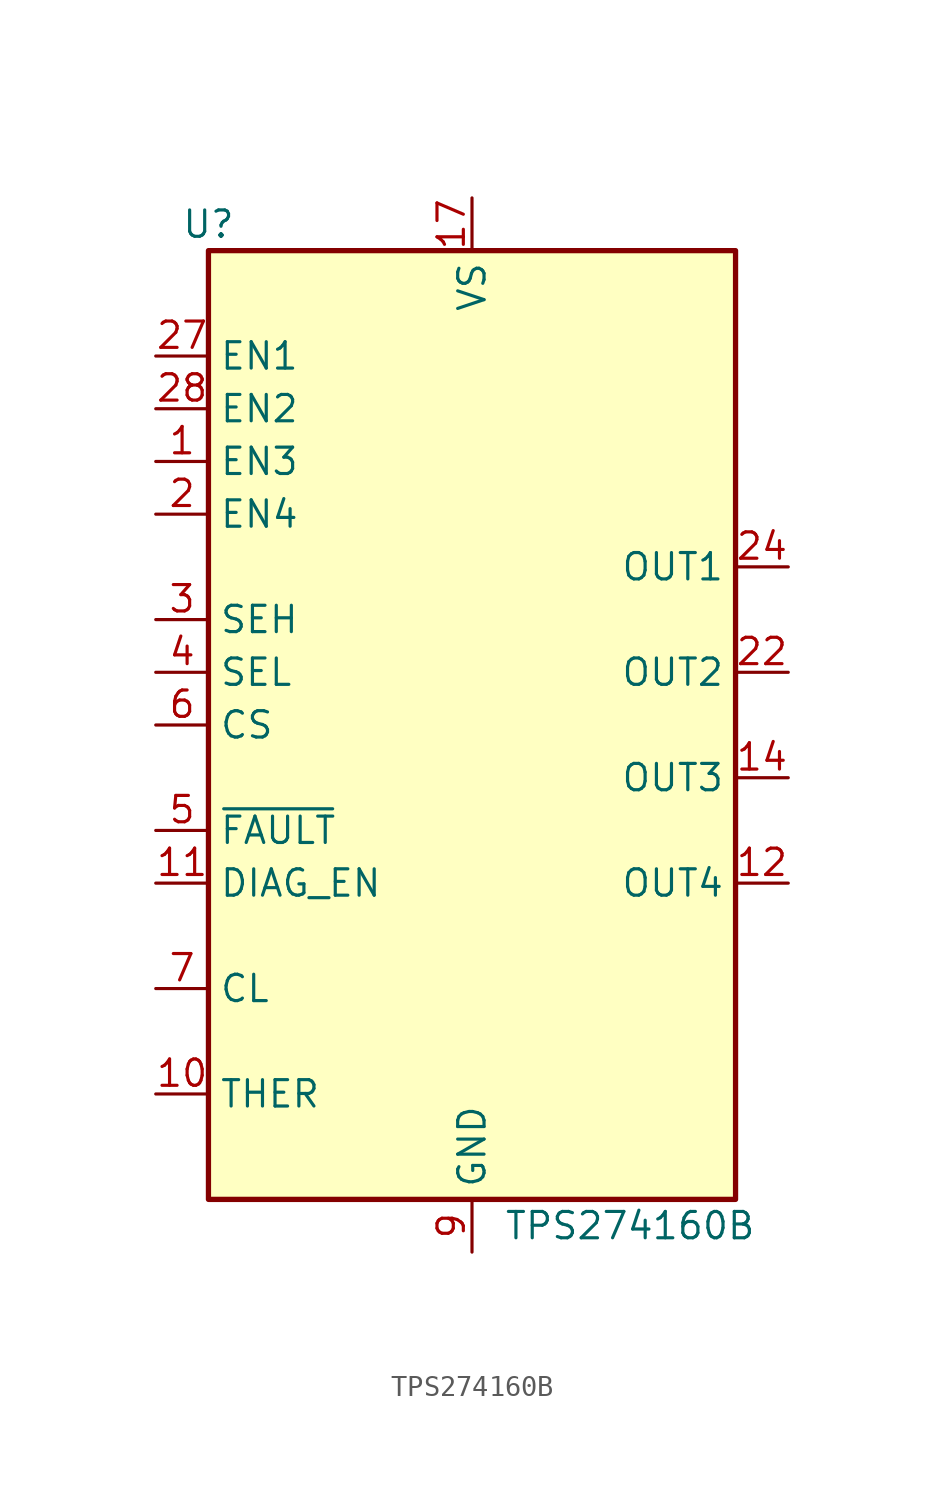
<source format=kicad_sym>
(kicad_symbol_lib
  (version 20231120)
  (generator "kicad_symbol_editor")
  (generator_version "8.0")
  (symbol "TPS274160B"
    (property "Reference" "U"
      (at -12.7 24.13 0)
      (effects (font (size 1.27 1.27))))
    (property "Value" "TPS274160B"
      (at 7.62 -24.13 0)
      (effects (font (size 1.27 1.27))))
    (symbol "TPS274160B_1_1"
      (rectangle (start -12.7 22.86) (end 12.7 -22.86) (stroke (width 0.254) (type default)) (fill (type background)))
      (pin input line (at -15.24 12.7 0) (length 2.54) (name "EN3" (effects (font (size 1.27 1.27)))) (number "1" (effects (font (size 1.27 1.27)))))
      (pin input line (at -15.24 -17.78 0) (length 2.54) (name "THER" (effects (font (size 1.27 1.27)))) (number "10" (effects (font (size 1.27 1.27)))))
      (pin input line (at -15.24 -7.62 0) (length 2.54) (name "DIAG_EN" (effects (font (size 1.27 1.27)))) (number "11" (effects (font (size 1.27 1.27)))))
      (pin output line (at 15.24 -7.62 180) (length 2.54) (name "OUT4" (effects (font (size 1.27 1.27)))) (number "12" (effects (font (size 1.27 1.27)))))
      (pin passive line (at 15.24 -7.62 180) (length 2.54) hide (name "OUT4" (effects (font (size 1.27 1.27)))) (number "13" (effects (font (size 1.27 1.27)))))
      (pin output line (at 15.24 -2.54 180) (length 2.54) (name "OUT3" (effects (font (size 1.27 1.27)))) (number "14" (effects (font (size 1.27 1.27)))))
      (pin passive line (at 15.24 -2.54 180) (length 2.54) hide (name "OUT3" (effects (font (size 1.27 1.27)))) (number "15" (effects (font (size 1.27 1.27)))))
      (pin no_connect line (at 15.24 -15.24 180) (length 2.54) hide (name "NC" (effects (font (size 1.27 1.27)))) (number "16" (effects (font (size 1.27 1.27)))))
      (pin power_in line (at 0 25.4 270) (length 2.54) (name "VS" (effects (font (size 1.27 1.27)))) (number "17" (effects (font (size 1.27 1.27)))))
      (pin passive line (at 0 25.4 270) (length 2.54) hide (name "VS" (effects (font (size 1.27 1.27)))) (number "18" (effects (font (size 1.27 1.27)))))
      (pin passive line (at 0 25.4 270) (length 2.54) hide (name "VS" (effects (font (size 1.27 1.27)))) (number "19" (effects (font (size 1.27 1.27)))))
      (pin input line (at -15.24 10.16 0) (length 2.54) (name "EN4" (effects (font (size 1.27 1.27)))) (number "2" (effects (font (size 1.27 1.27)))))
      (pin passive line (at 0 25.4 270) (length 2.54) hide (name "VS" (effects (font (size 1.27 1.27)))) (number "20" (effects (font (size 1.27 1.27)))))
      (pin no_connect line (at 15.24 -15.24 180) (length 2.54) hide (name "NC" (effects (font (size 1.27 1.27)))) (number "21" (effects (font (size 1.27 1.27)))))
      (pin output line (at 15.24 2.54 180) (length 2.54) (name "OUT2" (effects (font (size 1.27 1.27)))) (number "22" (effects (font (size 1.27 1.27)))))
      (pin passive line (at 15.24 2.54 180) (length 2.54) hide (name "OUT2" (effects (font (size 1.27 1.27)))) (number "23" (effects (font (size 1.27 1.27)))))
      (pin output line (at 15.24 7.62 180) (length 2.54) (name "OUT1" (effects (font (size 1.27 1.27)))) (number "24" (effects (font (size 1.27 1.27)))))
      (pin passive line (at 15.24 7.62 180) (length 2.54) hide (name "OUT1" (effects (font (size 1.27 1.27)))) (number "25" (effects (font (size 1.27 1.27)))))
      (pin passive line (at 0 -25.4 90) (length 2.54) hide (name "GND" (effects (font (size 1.27 1.27)))) (number "26" (effects (font (size 1.27 1.27)))))
      (pin input line (at -15.24 17.78 0) (length 2.54) (name "EN1" (effects (font (size 1.27 1.27)))) (number "27" (effects (font (size 1.27 1.27)))))
      (pin input line (at -15.24 15.24 0) (length 2.54) (name "EN2" (effects (font (size 1.27 1.27)))) (number "28" (effects (font (size 1.27 1.27)))))
      (pin passive line (at 0 -25.4 90) (length 2.54) hide (name "PowerPAD" (effects (font (size 1.27 1.27)))) (number "29" (effects (font (size 1.27 1.27)))))
      (pin input line (at -15.24 5.08 0) (length 2.54) (name "SEH" (effects (font (size 1.27 1.27)))) (number "3" (effects (font (size 1.27 1.27)))))
      (pin input line (at -15.24 2.54 0) (length 2.54) (name "SEL" (effects (font (size 1.27 1.27)))) (number "4" (effects (font (size 1.27 1.27)))))
      (pin output line (at -15.24 -5.08 0) (length 2.54) (name "~{FAULT}" (effects (font (size 1.27 1.27)))) (number "5" (effects (font (size 1.27 1.27)))))
      (pin output line (at -15.24 0 0) (length 2.54) (name "CS" (effects (font (size 1.27 1.27)))) (number "6" (effects (font (size 1.27 1.27)))))
      (pin output line (at -15.24 -12.7 0) (length 2.54) (name "CL" (effects (font (size 1.27 1.27)))) (number "7" (effects (font (size 1.27 1.27)))))
      (pin no_connect line (at 15.24 -15.24 180) (length 2.54) hide (name "NC" (effects (font (size 1.27 1.27)))) (number "8" (effects (font (size 1.27 1.27)))))
      (pin power_in line (at 0 -25.4 90) (length 2.54) (name "GND" (effects (font (size 1.27 1.27)))) (number "9" (effects (font (size 1.27 1.27))))))))
</source>
